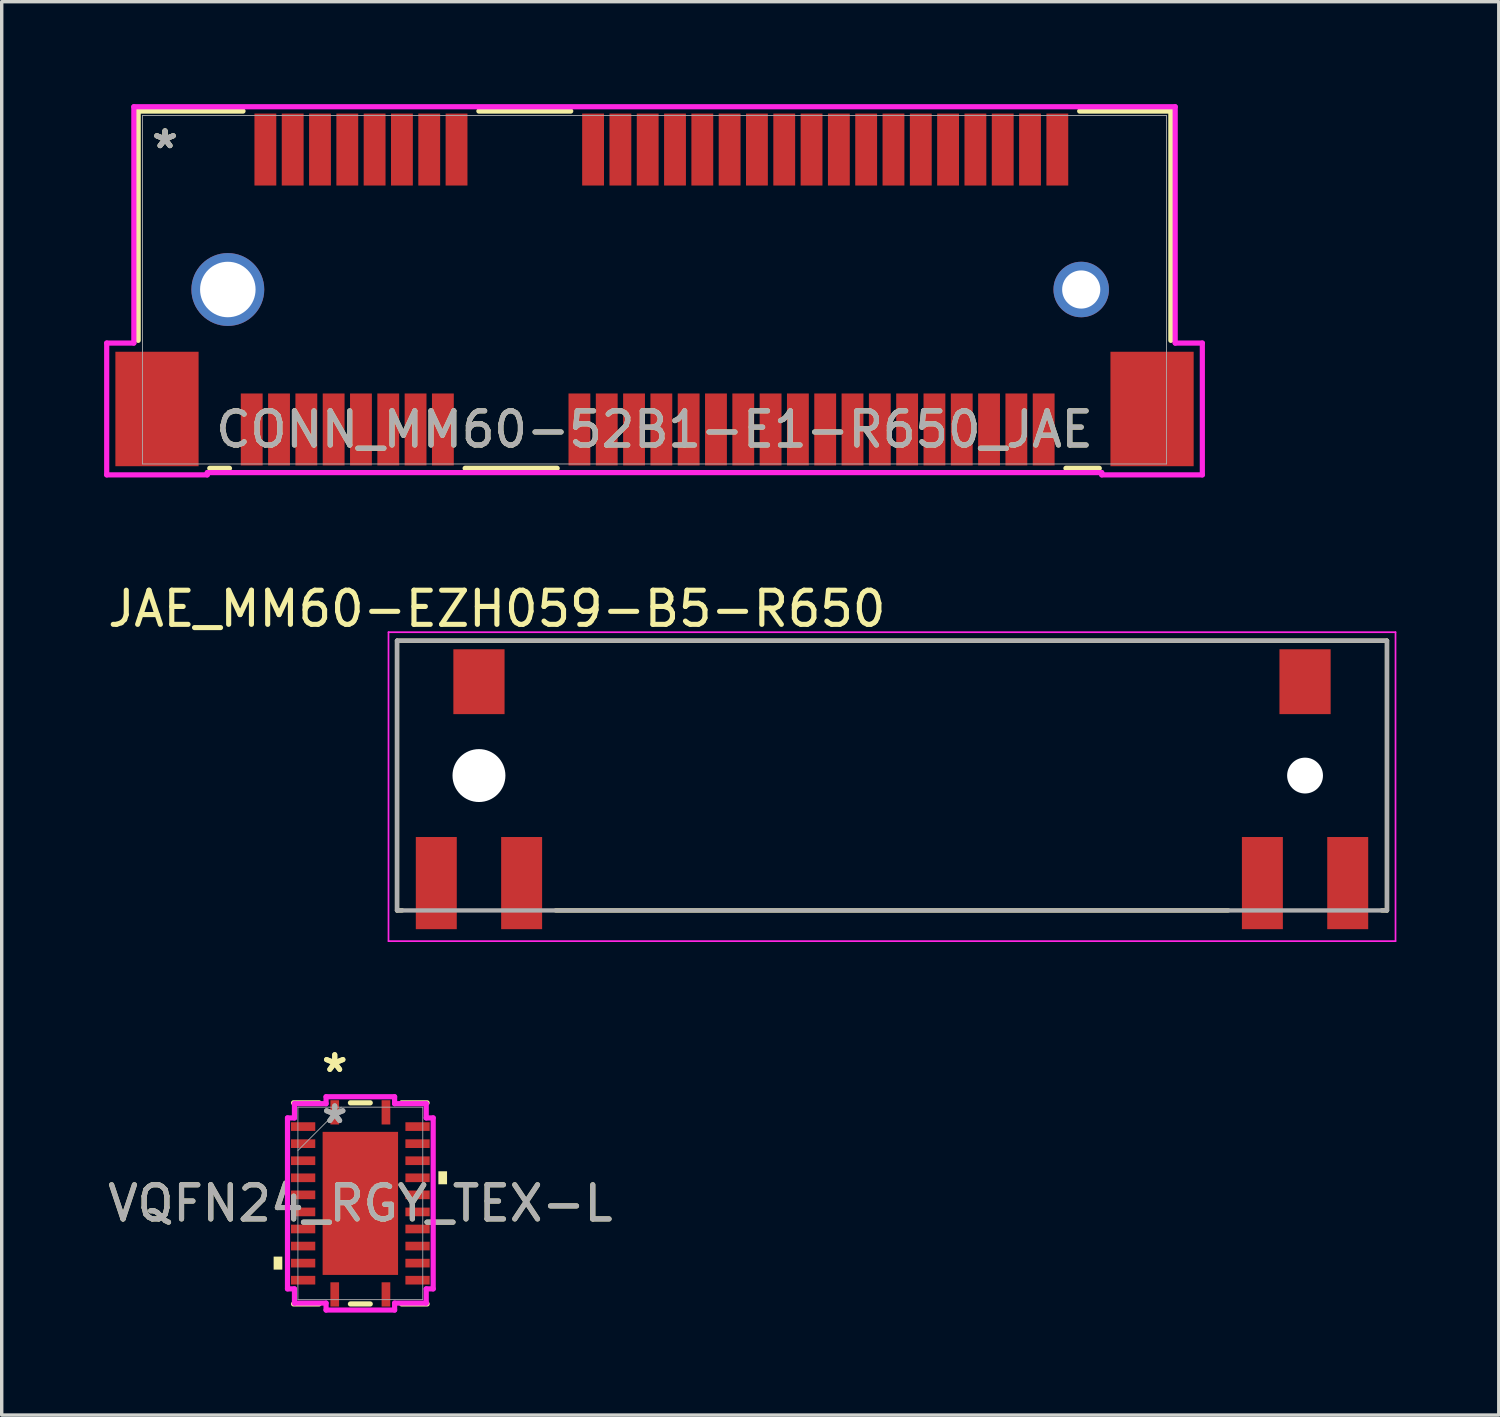
<source format=kicad_pcb>
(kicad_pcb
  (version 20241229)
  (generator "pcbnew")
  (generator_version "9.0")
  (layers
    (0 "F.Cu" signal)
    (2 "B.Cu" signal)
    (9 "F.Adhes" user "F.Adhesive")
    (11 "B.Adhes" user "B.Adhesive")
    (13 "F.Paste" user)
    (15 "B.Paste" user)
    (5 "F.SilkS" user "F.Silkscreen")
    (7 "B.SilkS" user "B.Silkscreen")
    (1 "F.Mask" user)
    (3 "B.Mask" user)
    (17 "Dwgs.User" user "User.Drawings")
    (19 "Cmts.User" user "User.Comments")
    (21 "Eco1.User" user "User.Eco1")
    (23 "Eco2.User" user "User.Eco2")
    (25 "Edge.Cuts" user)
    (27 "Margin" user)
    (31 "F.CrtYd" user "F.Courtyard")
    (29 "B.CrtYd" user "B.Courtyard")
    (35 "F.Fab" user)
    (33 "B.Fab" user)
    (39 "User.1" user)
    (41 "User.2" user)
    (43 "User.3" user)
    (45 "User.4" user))
  (footprint "VQFN24_RGY_TEX-L"
    (layer "F.Cu")
    (at 7.506 32.203)
    (property "Reference" "VQFN24_RGY_TEX-L" (at 0 0 0) (unlocked yes) (layer "F.SilkS") (effects (font (size 1 1) (thickness 0.15))))
    (attr smd)
    (fp_line (start -1.956 2.946) (end -1.21 2.946) (stroke (width 0.152) (type solid)) (layer "F.SilkS"))
    (fp_line (start -1.21 -2.946) (end -1.956 -2.946) (stroke (width 0.152) (type solid)) (layer "F.SilkS"))
    (fp_line (start -0.29 2.946) (end 0.29 2.946) (stroke (width 0.152) (type solid)) (layer "F.SilkS"))
    (fp_line (start 0.29 -2.946) (end -0.29 -2.946) (stroke (width 0.152) (type solid)) (layer "F.SilkS"))
    (fp_line (start 1.21 2.946) (end 1.956 2.946) (stroke (width 0.152) (type solid)) (layer "F.SilkS"))
    (fp_line (start 1.956 -2.946) (end 1.21 -2.946) (stroke (width 0.152) (type solid)) (layer "F.SilkS"))
    (fp_poly (pts (xy -2.54 1.559) (xy -2.54 1.94) (xy -2.286 1.94) (xy -2.286 1.559)) (stroke (width 0) (type solid)) (fill yes) (layer "F.SilkS"))
    (fp_poly (pts (xy 2.54 -0.941) (xy 2.54 -0.56) (xy 2.286 -0.56) (xy 2.286 -0.941)) (stroke (width 0) (type solid)) (fill yes) (layer "F.SilkS"))
    (fp_poly (pts (xy -1.005 -1.996) (xy -1.005 -0.798) (xy 1.005 -0.798) (xy 1.005 -1.996)) (stroke (width 0) (type solid)) (fill yes) (layer "F.Paste"))
    (fp_poly (pts (xy -1.005 -0.599) (xy -1.005 0.599) (xy 1.005 0.599) (xy 1.005 -0.599)) (stroke (width 0) (type solid)) (fill yes) (layer "F.Paste"))
    (fp_poly (pts (xy -1.005 0.798) (xy -1.005 1.996) (xy 1.005 1.996) (xy 1.005 0.798)) (stroke (width 0) (type solid)) (fill yes) (layer "F.Paste"))
    (fp_line (start -2.134 -2.504) (end -1.93 -2.504) (stroke (width 0.152) (type solid)) (layer "F.CrtYd"))
    (fp_line (start -2.134 2.504) (end -2.134 -2.504) (stroke (width 0.152) (type solid)) (layer "F.CrtYd"))
    (fp_line (start -1.93 -2.921) (end -1.004 -2.921) (stroke (width 0.152) (type solid)) (layer "F.CrtYd"))
    (fp_line (start -1.93 -2.504) (end -1.93 -2.921) (stroke (width 0.152) (type solid)) (layer "F.CrtYd"))
    (fp_line (start -1.93 2.504) (end -2.134 2.504) (stroke (width 0.152) (type solid)) (layer "F.CrtYd"))
    (fp_line (start -1.93 2.921) (end -1.93 2.504) (stroke (width 0.152) (type solid)) (layer "F.CrtYd"))
    (fp_line (start -1.93 2.921) (end -1.004 2.921) (stroke (width 0.152) (type solid)) (layer "F.CrtYd"))
    (fp_line (start -1.004 -3.124) (end 1.004 -3.124) (stroke (width 0.152) (type solid)) (layer "F.CrtYd"))
    (fp_line (start -1.004 -2.921) (end -1.004 -3.124) (stroke (width 0.152) (type solid)) (layer "F.CrtYd"))
    (fp_line (start -1.004 2.921) (end -1.004 3.124) (stroke (width 0.152) (type solid)) (layer "F.CrtYd"))
    (fp_line (start -1.004 3.124) (end 1.004 3.124) (stroke (width 0.152) (type solid)) (layer "F.CrtYd"))
    (fp_line (start 1.004 -3.124) (end 1.004 -2.921) (stroke (width 0.152) (type solid)) (layer "F.CrtYd"))
    (fp_line (start 1.004 -2.921) (end 1.93 -2.921) (stroke (width 0.152) (type solid)) (layer "F.CrtYd"))
    (fp_line (start 1.004 2.921) (end 1.93 2.921) (stroke (width 0.152) (type solid)) (layer "F.CrtYd"))
    (fp_line (start 1.004 3.124) (end 1.004 2.921) (stroke (width 0.152) (type solid)) (layer "F.CrtYd"))
    (fp_line (start 1.93 -2.504) (end 1.93 -2.921) (stroke (width 0.152) (type solid)) (layer "F.CrtYd"))
    (fp_line (start 1.93 2.504) (end 2.134 2.504) (stroke (width 0.152) (type solid)) (layer "F.CrtYd"))
    (fp_line (start 1.93 2.921) (end 1.93 2.504) (stroke (width 0.152) (type solid)) (layer "F.CrtYd"))
    (fp_line (start 2.134 -2.504) (end 1.93 -2.504) (stroke (width 0.152) (type solid)) (layer "F.CrtYd"))
    (fp_line (start 2.134 2.504) (end 2.134 -2.504) (stroke (width 0.152) (type solid)) (layer "F.CrtYd"))
    (fp_line (start -1.829 -2.819) (end -1.829 2.819) (stroke (width 0.025) (type solid)) (layer "F.Fab"))
    (fp_line (start -1.829 -1.549) (end -0.559 -2.819) (stroke (width 0.025) (type solid)) (layer "F.Fab"))
    (fp_line (start -1.829 2.819) (end 1.829 2.819) (stroke (width 0.025) (type solid)) (layer "F.Fab"))
    (fp_line (start 1.829 -2.819) (end -1.829 -2.819) (stroke (width 0.025) (type solid)) (layer "F.Fab"))
    (fp_line (start 1.829 2.819) (end 1.829 -2.819) (stroke (width 0.025) (type solid)) (layer "F.Fab"))
    (fp_text user "*" (at -0.75 -3.81 0) (unlocked yes) (layer "F.SilkS") (effects (font (size 1 1) (thickness 0.15))))
    (fp_text user "*" (at -0.75 -3.81 0) (layer "F.SilkS") (effects (font (size 1 1) (thickness 0.15))))
    (fp_text user "*" (at -0.75 -2.311 0) (layer "F.Fab") (effects (font (size 1 1) (thickness 0.15))))
    (fp_text user "*" (at -0.75 -2.311 0) (unlocked yes) (layer "F.Fab") (effects (font (size 1 1) (thickness 0.15))))
    (fp_text user "${REFERENCE}" (at 0 0 0) (unlocked yes) (layer "F.Fab") (effects (font (size 1 1) (thickness 0.15))))
    (pad "1" smd rect (at -0.75 -2.667) (size 0.254 0.711) (layers "F.Cu" "F.Mask" "F.Paste"))
    (pad "2" smd rect (at -1.676 -2.25 90) (size 0.254 0.711) (layers "F.Cu" "F.Mask" "F.Paste"))
    (pad "3" smd rect (at -1.676 -1.75 90) (size 0.254 0.711) (layers "F.Cu" "F.Mask" "F.Paste"))
    (pad "4" smd rect (at -1.676 -1.25 90) (size 0.254 0.711) (layers "F.Cu" "F.Mask" "F.Paste"))
    (pad "5" smd rect (at -1.676 -0.75 90) (size 0.254 0.711) (layers "F.Cu" "F.Mask" "F.Paste"))
    (pad "6" smd rect (at -1.676 -0.25 90) (size 0.254 0.711) (layers "F.Cu" "F.Mask" "F.Paste"))
    (pad "7" smd rect (at -1.676 0.25 90) (size 0.254 0.711) (layers "F.Cu" "F.Mask" "F.Paste"))
    (pad "8" smd rect (at -1.676 0.75 90) (size 0.254 0.711) (layers "F.Cu" "F.Mask" "F.Paste"))
    (pad "9" smd rect (at -1.676 1.25 90) (size 0.254 0.711) (layers "F.Cu" "F.Mask" "F.Paste"))
    (pad "10" smd rect (at -1.676 1.75 90) (size 0.254 0.711) (layers "F.Cu" "F.Mask" "F.Paste"))
    (pad "11" smd rect (at -1.676 2.25 90) (size 0.254 0.711) (layers "F.Cu" "F.Mask" "F.Paste"))
    (pad "12" smd rect (at -0.75 2.667) (size 0.254 0.711) (layers "F.Cu" "F.Mask" "F.Paste"))
    (pad "13" smd rect (at 0.75 2.667) (size 0.254 0.711) (layers "F.Cu" "F.Mask" "F.Paste"))
    (pad "14" smd rect (at 1.676 2.25 90) (size 0.254 0.711) (layers "F.Cu" "F.Mask" "F.Paste"))
    (pad "15" smd rect (at 1.676 1.75 90) (size 0.254 0.711) (layers "F.Cu" "F.Mask" "F.Paste"))
    (pad "16" smd rect (at 1.676 1.25 90) (size 0.254 0.711) (layers "F.Cu" "F.Mask" "F.Paste"))
    (pad "17" smd rect (at 1.676 0.75 90) (size 0.254 0.711) (layers "F.Cu" "F.Mask" "F.Paste"))
    (pad "18" smd rect (at 1.676 0.25 90) (size 0.254 0.711) (layers "F.Cu" "F.Mask" "F.Paste"))
    (pad "19" smd rect (at 1.676 -0.25 90) (size 0.254 0.711) (layers "F.Cu" "F.Mask" "F.Paste"))
    (pad "20" smd rect (at 1.676 -0.75 90) (size 0.254 0.711) (layers "F.Cu" "F.Mask" "F.Paste"))
    (pad "21" smd rect (at 1.676 -1.25 90) (size 0.254 0.711) (layers "F.Cu" "F.Mask" "F.Paste"))
    (pad "22" smd rect (at 1.676 -1.75 90) (size 0.254 0.711) (layers "F.Cu" "F.Mask" "F.Paste"))
    (pad "23" smd rect (at 1.676 -2.25 90) (size 0.254 0.711) (layers "F.Cu" "F.Mask" "F.Paste"))
    (pad "24" smd rect (at 0.75 -2.667) (size 0.254 0.711) (layers "F.Cu" "F.Mask" "F.Paste"))
    (pad "25" smd rect (at 0 0) (size 2.21 4.191) (layers "F.Cu" "F.Mask" "F.Paste")))
  (footprint "CONN_MM60-52B1-E1-R650_JAE"
    (layer "F.Cu")
    (at 16.124 5.436)
    (property "Reference" "CONN_MM60-52B1-E1-R650_JAE" (at 0 4.095 0) (unlocked yes) (layer "F.SilkS") (effects (font (size 1 1) (thickness 0.15))))
    (attr smd)
    (fp_line (start -15.126 -5.232) (end -15.126 1.485) (stroke (width 0.152) (type solid)) (layer "F.SilkS"))
    (fp_line (start -13.029 5.232) (end -12.452 5.232) (stroke (width 0.152) (type solid)) (layer "F.SilkS"))
    (fp_line (start -12.055 -5.232) (end -15.126 -5.232) (stroke (width 0.152) (type solid)) (layer "F.SilkS"))
    (fp_line (start -5.548 5.232) (end -2.852 5.232) (stroke (width 0.152) (type solid)) (layer "F.SilkS"))
    (fp_line (start -2.455 -5.232) (end -5.145 -5.232) (stroke (width 0.152) (type solid)) (layer "F.SilkS"))
    (fp_line (start 12.052 5.232) (end 13.029 5.232) (stroke (width 0.152) (type solid)) (layer "F.SilkS"))
    (fp_line (start 15.126 -5.232) (end 12.455 -5.232) (stroke (width 0.152) (type solid)) (layer "F.SilkS"))
    (fp_line (start 15.126 1.485) (end 15.126 -5.232) (stroke (width 0.152) (type solid)) (layer "F.SilkS"))
    (fp_line (start -16.048 1.564) (end -16.048 5.425) (stroke (width 0.152) (type solid)) (layer "F.CrtYd"))
    (fp_line (start -16.048 5.425) (end -13.102 5.425) (stroke (width 0.152) (type solid)) (layer "F.CrtYd"))
    (fp_line (start -15.253 -5.359) (end -15.253 1.564) (stroke (width 0.152) (type solid)) (layer "F.CrtYd"))
    (fp_line (start -15.253 1.564) (end -16.048 1.564) (stroke (width 0.152) (type solid)) (layer "F.CrtYd"))
    (fp_line (start -13.102 5.359) (end 13.102 5.359) (stroke (width 0.152) (type solid)) (layer "F.CrtYd"))
    (fp_line (start -13.102 5.425) (end -13.102 5.359) (stroke (width 0.152) (type solid)) (layer "F.CrtYd"))
    (fp_line (start 13.102 5.359) (end 13.102 5.425) (stroke (width 0.152) (type solid)) (layer "F.CrtYd"))
    (fp_line (start 13.102 5.425) (end 16.048 5.425) (stroke (width 0.152) (type solid)) (layer "F.CrtYd"))
    (fp_line (start 15.253 -5.359) (end -15.253 -5.359) (stroke (width 0.152) (type solid)) (layer "F.CrtYd"))
    (fp_line (start 15.253 1.564) (end 15.253 -5.359) (stroke (width 0.152) (type solid)) (layer "F.CrtYd"))
    (fp_line (start 16.048 1.564) (end 15.253 1.564) (stroke (width 0.152) (type solid)) (layer "F.CrtYd"))
    (fp_line (start 16.048 5.425) (end 16.048 1.564) (stroke (width 0.152) (type solid)) (layer "F.CrtYd"))
    (fp_line (start -14.999 -5.105) (end -14.999 5.105) (stroke (width 0.025) (type solid)) (layer "F.Fab"))
    (fp_line (start -14.999 5.105) (end 14.999 5.105) (stroke (width 0.025) (type solid)) (layer "F.Fab"))
    (fp_line (start 14.999 -5.105) (end -14.999 -5.105) (stroke (width 0.025) (type solid)) (layer "F.Fab"))
    (fp_line (start 14.999 5.105) (end 14.999 -5.105) (stroke (width 0.025) (type solid)) (layer "F.Fab"))
    (fp_text user "*" (at -14.34 -4.105 0) (layer "F.SilkS") (effects (font (size 1 1) (thickness 0.15))))
    (fp_text user "*" (at -14.34 -4.105 0) (unlocked yes) (layer "F.SilkS") (effects (font (size 1 1) (thickness 0.15))))
    (fp_text user "*" (at -14.34 -4.105 0) (unlocked yes) (layer "F.Fab") (effects (font (size 1 1) (thickness 0.15))))
    (fp_text user "*" (at -14.34 -4.105 0) (layer "F.Fab") (effects (font (size 1 1) (thickness 0.15))))
    (fp_text user "${REFERENCE}" (at 0 4.095 0) (unlocked yes) (layer "F.Fab") (effects (font (size 1 1) (thickness 0.15))))
    (pad "1" smd rect (at -11.8 4.095) (size 0.64 2.108) (layers "F.Cu" "F.Mask" "F.Paste"))
    (pad "2" smd rect (at -11.4 -4.105) (size 0.64 2.108) (layers "F.Cu" "F.Mask" "F.Paste"))
    (pad "3" smd rect (at -11 4.095) (size 0.64 2.108) (layers "F.Cu" "F.Mask" "F.Paste"))
    (pad "4" smd rect (at -10.6 -4.105) (size 0.64 2.108) (layers "F.Cu" "F.Mask" "F.Paste"))
    (pad "5" smd rect (at -10.2 4.095) (size 0.64 2.108) (layers "F.Cu" "F.Mask" "F.Paste"))
    (pad "6" smd rect (at -9.8 -4.105) (size 0.64 2.108) (layers "F.Cu" "F.Mask" "F.Paste"))
    (pad "7" smd rect (at -9.4 4.095) (size 0.64 2.108) (layers "F.Cu" "F.Mask" "F.Paste"))
    (pad "8" smd rect (at -9 -4.105) (size 0.64 2.108) (layers "F.Cu" "F.Mask" "F.Paste"))
    (pad "9" smd rect (at -8.6 4.095) (size 0.64 2.108) (layers "F.Cu" "F.Mask" "F.Paste"))
    (pad "10" smd rect (at -8.2 -4.105) (size 0.64 2.108) (layers "F.Cu" "F.Mask" "F.Paste"))
    (pad "11" smd rect (at -7.8 4.095) (size 0.64 2.108) (layers "F.Cu" "F.Mask" "F.Paste"))
    (pad "12" smd rect (at -7.4 -4.105) (size 0.64 2.108) (layers "F.Cu" "F.Mask" "F.Paste"))
    (pad "13" smd rect (at -7 4.095) (size 0.64 2.108) (layers "F.Cu" "F.Mask" "F.Paste"))
    (pad "14" smd rect (at -6.6 -4.105) (size 0.64 2.108) (layers "F.Cu" "F.Mask" "F.Paste"))
    (pad "15" smd rect (at -6.2 4.095) (size 0.64 2.108) (layers "F.Cu" "F.Mask" "F.Paste"))
    (pad "16" smd rect (at -5.8 -4.105) (size 0.64 2.108) (layers "F.Cu" "F.Mask" "F.Paste"))
    (pad "17" smd rect (at -2.2 4.095) (size 0.64 2.108) (layers "F.Cu" "F.Mask" "F.Paste"))
    (pad "18" smd rect (at -1.8 -4.105) (size 0.64 2.108) (layers "F.Cu" "F.Mask" "F.Paste"))
    (pad "19" smd rect (at -1.4 4.095) (size 0.64 2.108) (layers "F.Cu" "F.Mask" "F.Paste"))
    (pad "20" smd rect (at -1 -4.105) (size 0.64 2.108) (layers "F.Cu" "F.Mask" "F.Paste"))
    (pad "21" smd rect (at -0.6 4.095) (size 0.64 2.108) (layers "F.Cu" "F.Mask" "F.Paste"))
    (pad "22" smd rect (at -0.2 -4.105) (size 0.64 2.108) (layers "F.Cu" "F.Mask" "F.Paste"))
    (pad "23" smd rect (at 0.2 4.095) (size 0.64 2.108) (layers "F.Cu" "F.Mask" "F.Paste"))
    (pad "24" smd rect (at 0.6 -4.105) (size 0.64 2.108) (layers "F.Cu" "F.Mask" "F.Paste"))
    (pad "25" smd rect (at 1 4.095) (size 0.64 2.108) (layers "F.Cu" "F.Mask" "F.Paste"))
    (pad "26" smd rect (at 1.4 -4.105) (size 0.64 2.108) (layers "F.Cu" "F.Mask" "F.Paste"))
    (pad "27" smd rect (at 1.8 4.095) (size 0.64 2.108) (layers "F.Cu" "F.Mask" "F.Paste"))
    (pad "28" smd rect (at 2.2 -4.105) (size 0.64 2.108) (layers "F.Cu" "F.Mask" "F.Paste"))
    (pad "29" smd rect (at 2.6 4.095) (size 0.64 2.108) (layers "F.Cu" "F.Mask" "F.Paste"))
    (pad "30" smd rect (at 3 -4.105) (size 0.64 2.108) (layers "F.Cu" "F.Mask" "F.Paste"))
    (pad "31" smd rect (at 3.4 4.095) (size 0.64 2.108) (layers "F.Cu" "F.Mask" "F.Paste"))
    (pad "32" smd rect (at 3.8 -4.105) (size 0.64 2.108) (layers "F.Cu" "F.Mask" "F.Paste"))
    (pad "33" smd rect (at 4.2 4.095) (size 0.64 2.108) (layers "F.Cu" "F.Mask" "F.Paste"))
    (pad "34" smd rect (at 4.6 -4.105) (size 0.64 2.108) (layers "F.Cu" "F.Mask" "F.Paste"))
    (pad "35" smd rect (at 5 4.095) (size 0.64 2.108) (layers "F.Cu" "F.Mask" "F.Paste"))
    (pad "36" smd rect (at 5.4 -4.105) (size 0.64 2.108) (layers "F.Cu" "F.Mask" "F.Paste"))
    (pad "37" smd rect (at 5.8 4.095) (size 0.64 2.108) (layers "F.Cu" "F.Mask" "F.Paste"))
    (pad "38" smd rect (at 6.2 -4.105) (size 0.64 2.108) (layers "F.Cu" "F.Mask" "F.Paste"))
    (pad "39" smd rect (at 6.6 4.095) (size 0.64 2.108) (layers "F.Cu" "F.Mask" "F.Paste"))
    (pad "40" smd rect (at 7 -4.105) (size 0.64 2.108) (layers "F.Cu" "F.Mask" "F.Paste"))
    (pad "41" smd rect (at 7.4 4.095) (size 0.64 2.108) (layers "F.Cu" "F.Mask" "F.Paste"))
    (pad "42" smd rect (at 7.8 -4.105) (size 0.64 2.108) (layers "F.Cu" "F.Mask" "F.Paste"))
    (pad "43" smd rect (at 8.2 4.095) (size 0.64 2.108) (layers "F.Cu" "F.Mask" "F.Paste"))
    (pad "44" smd rect (at 8.6 -4.105) (size 0.64 2.108) (layers "F.Cu" "F.Mask" "F.Paste"))
    (pad "45" smd rect (at 9 4.095) (size 0.64 2.108) (layers "F.Cu" "F.Mask" "F.Paste"))
    (pad "46" smd rect (at 9.4 -4.105) (size 0.64 2.108) (layers "F.Cu" "F.Mask" "F.Paste"))
    (pad "47" smd rect (at 9.8 4.095) (size 0.64 2.108) (layers "F.Cu" "F.Mask" "F.Paste"))
    (pad "48" smd rect (at 10.2 -4.105) (size 0.64 2.108) (layers "F.Cu" "F.Mask" "F.Paste"))
    (pad "49" smd rect (at 10.6 4.095) (size 0.64 2.108) (layers "F.Cu" "F.Mask" "F.Paste"))
    (pad "50" smd rect (at 11 -4.105) (size 0.64 2.108) (layers "F.Cu" "F.Mask" "F.Paste"))
    (pad "51" smd rect (at 11.4 4.095) (size 0.64 2.108) (layers "F.Cu" "F.Mask" "F.Paste"))
    (pad "52" smd rect (at 11.8 -4.105) (size 0.64 2.108) (layers "F.Cu" "F.Mask" "F.Paste"))
    (pad "53" smd rect (at -14.575 3.495) (size 2.438 3.353) (layers "F.Cu" "F.Mask" "F.Paste"))
    (pad "54" smd rect (at 14.575 3.495) (size 2.438 3.353) (layers "F.Cu" "F.Mask" "F.Paste"))
    (pad "55" thru_hole circle (at -12.5 -0.005) (size 2.134 2.134) (drill 1.626) (layers "*.Cu" "*.Mask"))
    (pad "56" thru_hole circle (at 12.5 -0.005) (size 1.626 1.626) (drill 1.118) (layers "*.Cu" "*.Mask")))
  (footprint "JAE_MM60-EZH059-B5-R650"
    (layer "F.Cu")
    (at 23.081 19.67)
    (property "Reference" "JAE_MM60-EZH059-B5-R650" (at -11.575 -4.885 0) (layer "F.SilkS") (effects (font (size 1 1) (thickness 0.15))))
    (attr smd)
    (fp_line (start -14.5 -3.95) (end 14.5 -3.95) (stroke (width 0.127) (type solid)) (layer "F.SilkS"))
    (fp_line (start -14.5 3.95) (end -14.5 -3.95) (stroke (width 0.127) (type solid)) (layer "F.SilkS"))
    (fp_line (start -14.35 3.95) (end -14.5 3.95) (stroke (width 0.127) (type solid)) (layer "F.SilkS"))
    (fp_line (start -9.85 3.95) (end 9.85 3.95) (stroke (width 0.127) (type solid)) (layer "F.SilkS"))
    (fp_line (start 14.5 -3.95) (end 14.5 3.95) (stroke (width 0.127) (type solid)) (layer "F.SilkS"))
    (fp_line (start 14.5 3.95) (end 14.35 3.95) (stroke (width 0.127) (type solid)) (layer "F.SilkS"))
    (fp_line (start -14.75 -4.2) (end 14.75 -4.2) (stroke (width 0.05) (type solid)) (layer "F.CrtYd"))
    (fp_line (start -14.75 4.85) (end -14.75 -4.2) (stroke (width 0.05) (type solid)) (layer "F.CrtYd"))
    (fp_line (start 14.75 -4.2) (end 14.75 4.85) (stroke (width 0.05) (type solid)) (layer "F.CrtYd"))
    (fp_line (start 14.75 4.85) (end -14.75 4.85) (stroke (width 0.05) (type solid)) (layer "F.CrtYd"))
    (fp_line (start -14.5 -3.95) (end 14.5 -3.95) (stroke (width 0.127) (type solid)) (layer "F.Fab"))
    (fp_line (start -14.5 3.95) (end -14.5 -3.95) (stroke (width 0.127) (type solid)) (layer "F.Fab"))
    (fp_line (start 14.5 -3.95) (end 14.5 3.95) (stroke (width 0.127) (type solid)) (layer "F.Fab"))
    (fp_line (start 14.5 3.95) (end -14.5 3.95) (stroke (width 0.127) (type solid)) (layer "F.Fab"))
    (pad "" np_thru_hole circle (at -12.1 0) (size 1.55 1.55) (drill 1.55) (layers "*.Cu" "*.Mask"))
    (pad "" np_thru_hole circle (at 12.1 0) (size 1.05 1.05) (drill 1.05) (layers "*.Cu" "*.Mask"))
    (pad "S1_1" smd rect (at -12.1 -2.75) (size 1.5 1.9) (layers "F.Cu" "F.Mask" "F.Paste"))
    (pad "S1_2" smd rect (at -13.35 3.15) (size 1.2 2.7) (layers "F.Cu" "F.Mask" "F.Paste"))
    (pad "S1_3" smd rect (at -10.85 3.15) (size 1.2 2.7) (layers "F.Cu" "F.Mask" "F.Paste"))
    (pad "S2_1" smd rect (at 12.1 -2.75) (size 1.5 1.9) (layers "F.Cu" "F.Mask" "F.Paste"))
    (pad "S2_2" smd rect (at 10.85 3.15) (size 1.2 2.7) (layers "F.Cu" "F.Mask" "F.Paste"))
    (pad "S2_3" smd rect (at 13.35 3.15) (size 1.2 2.7) (layers "F.Cu" "F.Mask" "F.Paste")))
  (gr_rect
    (start -3 -3)
    (end 40.856 38.404)
    (stroke (width 0.1) (type default))
    (fill no)
    (layer "Edge.Cuts")))
</source>
